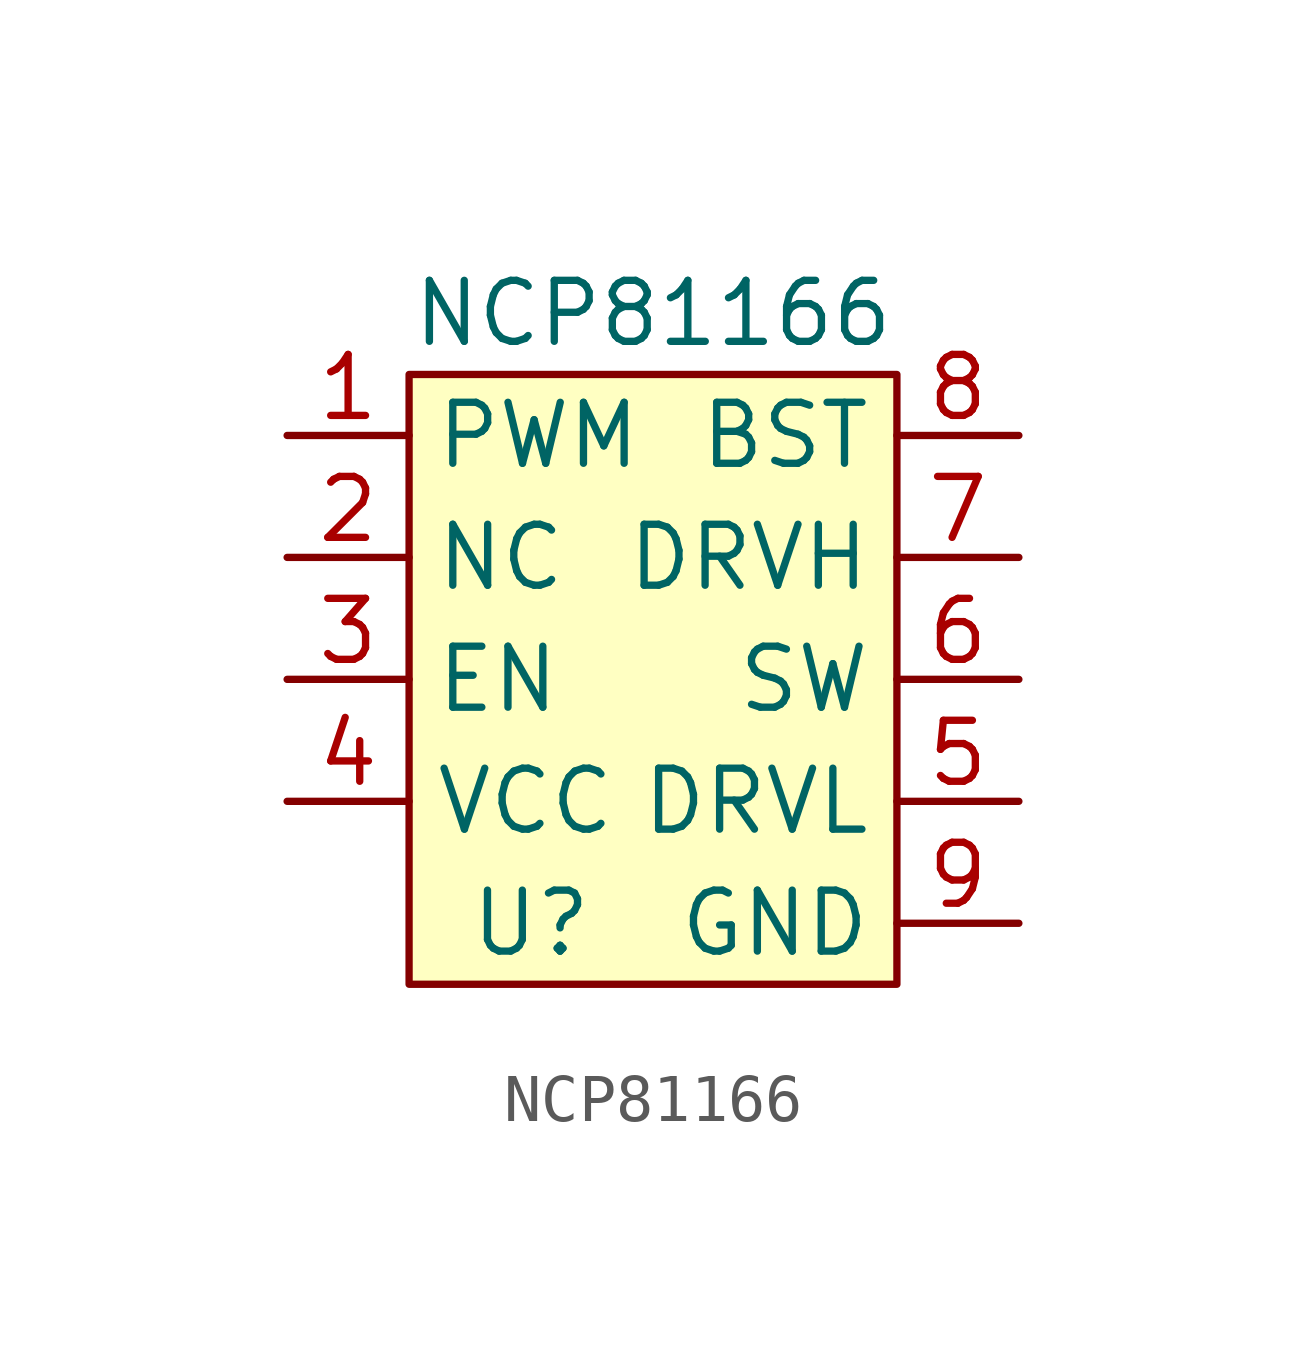
<source format=kicad_sym>
(kicad_symbol_lib
  (version 20211014)
  (generator kicad_symbol_editor)
  (symbol "NCP81166"
    (property "Reference" "U"
      (at -2.54 -6.35 0)
      (effects (font (size 1.27 1.27))))
    (property "Value" "NCP81166"
      (at 0 6.35 0)
      (effects (font (size 1.27 1.27))))
    (symbol "NCP81166_0_1"
      (rectangle (start -5.08 5.08) (end 5.08 -7.62) (stroke (width 0.152) (type default) (color 0 0 0 0)) (fill (type background))))
    (symbol "NCP81166_1_1"
      (pin bidirectional line (at -7.62 3.81 0) (length 2.54) (name "PWM" (effects (font (size 1.27 1.27)))) (number "1" (effects (font (size 1.27 1.27)))))
      (pin bidirectional line (at -7.62 1.27 0) (length 2.54) (name "NC" (effects (font (size 1.27 1.27)))) (number "2" (effects (font (size 1.27 1.27)))))
      (pin bidirectional line (at -7.62 -1.27 0) (length 2.54) (name "EN" (effects (font (size 1.27 1.27)))) (number "3" (effects (font (size 1.27 1.27)))))
      (pin bidirectional line (at -7.62 -3.81 0) (length 2.54) (name "VCC" (effects (font (size 1.27 1.27)))) (number "4" (effects (font (size 1.27 1.27)))))
      (pin bidirectional line (at 7.62 -3.81 180) (length 2.54) (name "DRVL" (effects (font (size 1.27 1.27)))) (number "5" (effects (font (size 1.27 1.27)))))
      (pin bidirectional line (at 7.62 -1.27 180) (length 2.54) (name "SW" (effects (font (size 1.27 1.27)))) (number "6" (effects (font (size 1.27 1.27)))))
      (pin bidirectional line (at 7.62 1.27 180) (length 2.54) (name "DRVH" (effects (font (size 1.27 1.27)))) (number "7" (effects (font (size 1.27 1.27)))))
      (pin bidirectional line (at 7.62 3.81 180) (length 2.54) (name "BST" (effects (font (size 1.27 1.27)))) (number "8" (effects (font (size 1.27 1.27)))))
      (pin bidirectional line (at 7.62 -6.35 180) (length 2.54) (name "GND" (effects (font (size 1.27 1.27)))) (number "9" (effects (font (size 1.27 1.27))))))))
</source>
